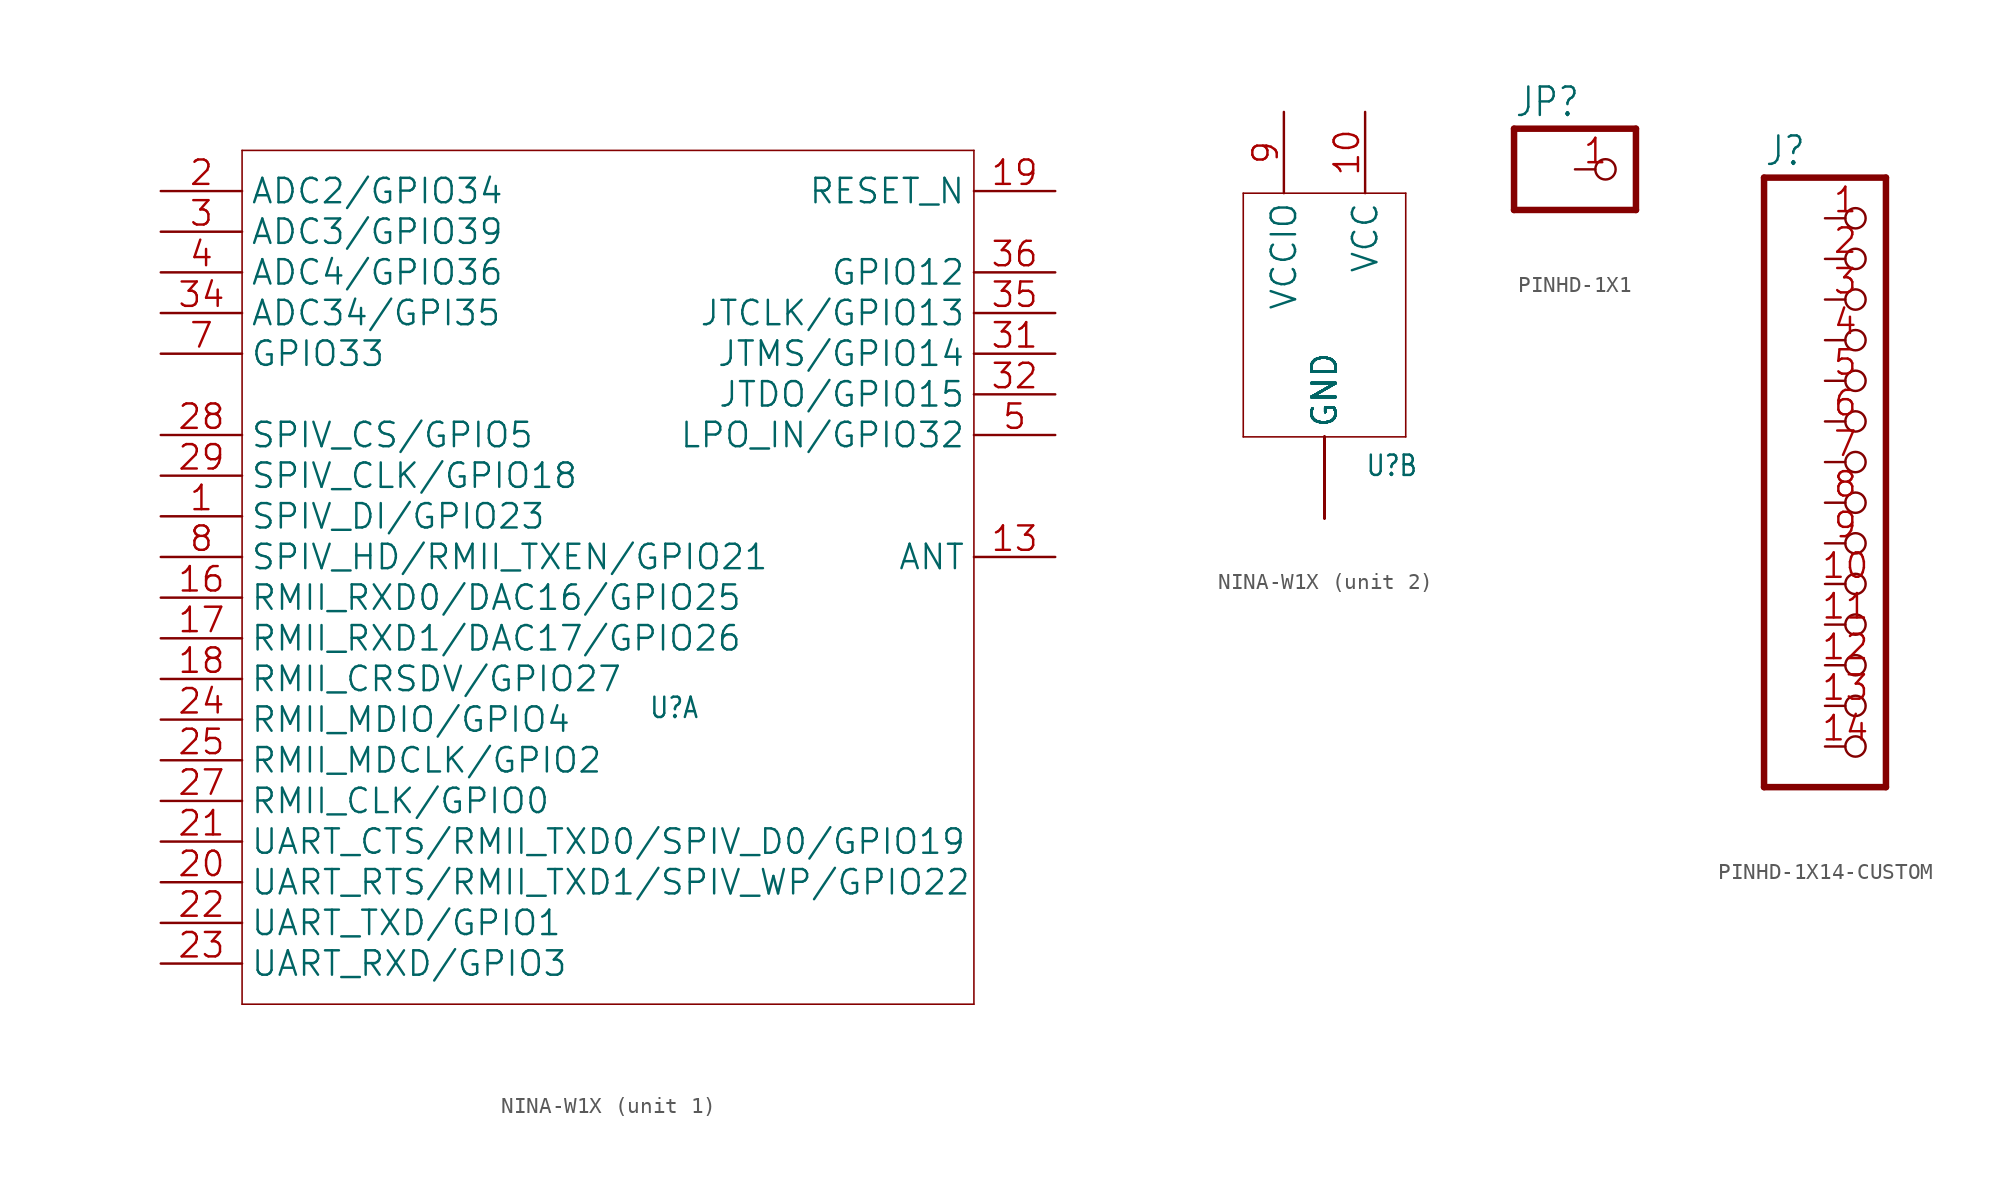
<source format=kicad_sym>
(kicad_symbol_lib
  (version 20241209)
  (generator "kicad_symbol_editor")
  (generator_version "9.0")
  (symbol "NINA-W1X"
    (property "Reference" "U"
      (at 2.54 -10.16 0)
      (effects (font (size 1.27 1.079)) (justify left bottom)))
    (property "Value" ""
      (at 2.54 -12.7 0)
      (effects (font (size 1.27 1.079)) (justify left bottom)))
    (property "ki_locked" ""
      (at 0 0 0)
      (effects (font (size 1.27 1.27))))
    (symbol "NINA-W1X_1_0"
      (polyline (pts (xy -22.86 25.4) (xy -22.86 -27.94)) (stroke (width 0.1) (type solid)) (fill (type none)))
      (polyline (pts (xy -22.86 -27.94) (xy 22.86 -27.94)) (stroke (width 0.1) (type solid)) (fill (type none)))
      (polyline (pts (xy 22.86 25.4) (xy -22.86 25.4)) (stroke (width 0.1) (type solid)) (fill (type none)))
      (polyline (pts (xy 22.86 -27.94) (xy 22.86 25.4)) (stroke (width 0.1) (type solid)) (fill (type none)))
      (pin bidirectional line (at -27.94 22.86 0) (length 5.08) (name "ADC2/GPIO34" (effects (font (size 1.524 1.524)))) (number "2" (effects (font (size 1.524 1.524)))))
      (pin bidirectional line (at -27.94 20.32 0) (length 5.08) (name "ADC3/GPIO39" (effects (font (size 1.524 1.524)))) (number "3" (effects (font (size 1.524 1.524)))))
      (pin bidirectional line (at -27.94 17.78 0) (length 5.08) (name "ADC4/GPIO36" (effects (font (size 1.524 1.524)))) (number "4" (effects (font (size 1.524 1.524)))))
      (pin bidirectional line (at -27.94 15.24 0) (length 5.08) (name "ADC34/GPI35" (effects (font (size 1.524 1.524)))) (number "34" (effects (font (size 1.524 1.524)))))
      (pin bidirectional line (at -27.94 12.7 0) (length 5.08) (name "GPIO33" (effects (font (size 1.524 1.524)))) (number "7" (effects (font (size 1.524 1.524)))))
      (pin bidirectional line (at -27.94 7.62 0) (length 5.08) (name "SPIV_CS/GPIO5" (effects (font (size 1.524 1.524)))) (number "28" (effects (font (size 1.524 1.524)))))
      (pin bidirectional line (at -27.94 5.08 0) (length 5.08) (name "SPIV_CLK/GPIO18" (effects (font (size 1.524 1.524)))) (number "29" (effects (font (size 1.524 1.524)))))
      (pin bidirectional line (at -27.94 2.54 0) (length 5.08) (name "SPIV_DI/GPIO23" (effects (font (size 1.524 1.524)))) (number "1" (effects (font (size 1.524 1.524)))))
      (pin bidirectional line (at -27.94 0 0) (length 5.08) (name "SPIV_HD/RMII_TXEN/GPIO21" (effects (font (size 1.524 1.524)))) (number "8" (effects (font (size 1.524 1.524)))))
      (pin bidirectional line (at -27.94 -2.54 0) (length 5.08) (name "RMII_RXD0/DAC16/GPIO25" (effects (font (size 1.524 1.524)))) (number "16" (effects (font (size 1.524 1.524)))))
      (pin bidirectional line (at -27.94 -5.08 0) (length 5.08) (name "RMII_RXD1/DAC17/GPIO26" (effects (font (size 1.524 1.524)))) (number "17" (effects (font (size 1.524 1.524)))))
      (pin bidirectional line (at -27.94 -7.62 0) (length 5.08) (name "RMII_CRSDV/GPIO27" (effects (font (size 1.524 1.524)))) (number "18" (effects (font (size 1.524 1.524)))))
      (pin bidirectional line (at -27.94 -10.16 0) (length 5.08) (name "RMII_MDIO/GPIO4" (effects (font (size 1.524 1.524)))) (number "24" (effects (font (size 1.524 1.524)))))
      (pin bidirectional line (at -27.94 -12.7 0) (length 5.08) (name "RMII_MDCLK/GPIO2" (effects (font (size 1.524 1.524)))) (number "25" (effects (font (size 1.524 1.524)))))
      (pin bidirectional line (at -27.94 -15.24 0) (length 5.08) (name "RMII_CLK/GPIO0" (effects (font (size 1.524 1.524)))) (number "27" (effects (font (size 1.524 1.524)))))
      (pin bidirectional line (at -27.94 -17.78 0) (length 5.08) (name "UART_CTS/RMII_TXD0/SPIV_D0/GPIO19" (effects (font (size 1.524 1.524)))) (number "21" (effects (font (size 1.524 1.524)))))
      (pin bidirectional line (at -27.94 -20.32 0) (length 5.08) (name "UART_RTS/RMII_TXD1/SPIV_WP/GPIO22" (effects (font (size 1.524 1.524)))) (number "20" (effects (font (size 1.524 1.524)))))
      (pin bidirectional line (at -27.94 -22.86 0) (length 5.08) (name "UART_TXD/GPIO1" (effects (font (size 1.524 1.524)))) (number "22" (effects (font (size 1.524 1.524)))))
      (pin bidirectional line (at -27.94 -25.4 0) (length 5.08) (name "UART_RXD/GPIO3" (effects (font (size 1.524 1.524)))) (number "23" (effects (font (size 1.524 1.524)))))
      (pin bidirectional line (at 27.94 22.86 180) (length 5.08) (name "RESET_N" (effects (font (size 1.524 1.524)))) (number "19" (effects (font (size 1.524 1.524)))))
      (pin bidirectional line (at 27.94 17.78 180) (length 5.08) (name "GPIO12" (effects (font (size 1.524 1.524)))) (number "36" (effects (font (size 1.524 1.524)))))
      (pin bidirectional line (at 27.94 15.24 180) (length 5.08) (name "JTCLK/GPIO13" (effects (font (size 1.524 1.524)))) (number "35" (effects (font (size 1.524 1.524)))))
      (pin bidirectional line (at 27.94 12.7 180) (length 5.08) (name "JTMS/GPIO14" (effects (font (size 1.524 1.524)))) (number "31" (effects (font (size 1.524 1.524)))))
      (pin bidirectional line (at 27.94 10.16 180) (length 5.08) (name "JTDO/GPIO15" (effects (font (size 1.524 1.524)))) (number "32" (effects (font (size 1.524 1.524)))))
      (pin bidirectional line (at 27.94 7.62 180) (length 5.08) (name "LPO_IN/GPIO32" (effects (font (size 1.524 1.524)))) (number "5" (effects (font (size 1.524 1.524)))))
      (pin bidirectional line (at 27.94 0 180) (length 5.08) (name "ANT" (effects (font (size 1.524 1.524)))) (number "13" (effects (font (size 1.524 1.524))))))
    (symbol "NINA-W1X_2_0"
      (polyline (pts (xy -5.08 7.62) (xy -5.08 -7.62)) (stroke (width 0.1) (type solid)) (fill (type none)))
      (polyline (pts (xy -5.08 -7.62) (xy 5.08 -7.62)) (stroke (width 0.1) (type solid)) (fill (type none)))
      (polyline (pts (xy 5.08 7.62) (xy -5.08 7.62)) (stroke (width 0.1) (type solid)) (fill (type none)))
      (polyline (pts (xy 5.08 -7.62) (xy 5.08 7.62)) (stroke (width 0.1) (type solid)) (fill (type none)))
      (pin bidirectional line (at -2.54 12.7 270) (length 5.08) (name "VCCIO" (effects (font (size 1.524 1.524)))) (number "9" (effects (font (size 1.524 1.524)))))
      (pin bidirectional line (at 0 -12.7 90) (length 5.08) (name "GND" (effects (font (size 1.524 1.524)))) (number "12" (effects (font (size 0 0)))))
      (pin bidirectional line (at 0 -12.7 90) (length 5.08) (name "GND" (effects (font (size 1.524 1.524)))) (number "14" (effects (font (size 0 0)))))
      (pin bidirectional line (at 0 -12.7 90) (length 5.08) (name "GND" (effects (font (size 1.524 1.524)))) (number "26" (effects (font (size 0 0)))))
      (pin bidirectional line (at 0 -12.7 90) (length 5.08) (name "GND" (effects (font (size 1.524 1.524)))) (number "30" (effects (font (size 0 0)))))
      (pin bidirectional line (at 0 -12.7 90) (length 5.08) (name "GND" (effects (font (size 1.524 1.524)))) (number "6" (effects (font (size 0 0)))))
      (pin bidirectional line (at 0 -12.7 90) (length 5.08) (name "GND" (effects (font (size 1.524 1.524)))) (number "GND@1" (effects (font (size 0 0)))))
      (pin bidirectional line (at 0 -12.7 90) (length 5.08) (name "GND" (effects (font (size 1.524 1.524)))) (number "GND@10" (effects (font (size 0 0)))))
      (pin bidirectional line (at 0 -12.7 90) (length 5.08) (name "GND" (effects (font (size 1.524 1.524)))) (number "GND@11" (effects (font (size 0 0)))))
      (pin bidirectional line (at 0 -12.7 90) (length 5.08) (name "GND" (effects (font (size 1.524 1.524)))) (number "GND@12" (effects (font (size 0 0)))))
      (pin bidirectional line (at 0 -12.7 90) (length 5.08) (name "GND" (effects (font (size 1.524 1.524)))) (number "GND@2" (effects (font (size 0 0)))))
      (pin bidirectional line (at 0 -12.7 90) (length 5.08) (name "GND" (effects (font (size 1.524 1.524)))) (number "GND@3" (effects (font (size 0 0)))))
      (pin bidirectional line (at 0 -12.7 90) (length 5.08) (name "GND" (effects (font (size 1.524 1.524)))) (number "GND@4" (effects (font (size 0 0)))))
      (pin bidirectional line (at 0 -12.7 90) (length 5.08) (name "GND" (effects (font (size 1.524 1.524)))) (number "GND@5" (effects (font (size 0 0)))))
      (pin bidirectional line (at 0 -12.7 90) (length 5.08) (name "GND" (effects (font (size 1.524 1.524)))) (number "GND@6" (effects (font (size 0 0)))))
      (pin bidirectional line (at 0 -12.7 90) (length 5.08) (name "GND" (effects (font (size 1.524 1.524)))) (number "GND@7" (effects (font (size 0 0)))))
      (pin bidirectional line (at 0 -12.7 90) (length 5.08) (name "GND" (effects (font (size 1.524 1.524)))) (number "GND@8" (effects (font (size 0 0)))))
      (pin bidirectional line (at 0 -12.7 90) (length 5.08) (name "GND" (effects (font (size 1.524 1.524)))) (number "GND@9" (effects (font (size 0 0)))))
      (pin bidirectional line (at 2.54 12.7 270) (length 5.08) (name "VCC" (effects (font (size 1.524 1.524)))) (number "10" (effects (font (size 1.524 1.524)))))))
  (symbol "PINHD-1X1"
    (property "Reference" "JP"
      (at -6.35 3.175 0)
      (effects (font (size 1.778 1.511)) (justify left bottom)))
    (property "Value" ""
      (at -6.35 -5.08 0)
      (effects (font (size 1.778 1.511)) (justify left bottom)))
    (property "ki_locked" ""
      (at 0 0 0)
      (effects (font (size 1.27 1.27))))
    (symbol "PINHD-1X1_1_0"
      (polyline (pts (xy -6.35 2.54) (xy -6.35 -2.54)) (stroke (width 0.406) (type solid)) (fill (type none)))
      (polyline (pts (xy -6.35 -2.54) (xy 1.27 -2.54)) (stroke (width 0.406) (type solid)) (fill (type none)))
      (polyline (pts (xy 1.27 2.54) (xy -6.35 2.54)) (stroke (width 0.406) (type solid)) (fill (type none)))
      (polyline (pts (xy 1.27 -2.54) (xy 1.27 2.54)) (stroke (width 0.406) (type solid)) (fill (type none)))
      (pin passive inverted (at -2.54 0 0) (length 2.54) (name "1" (effects (font (size 0 0)))) (number "1" (effects (font (size 1.524 1.524)))))))
  (symbol "PINHD-1X14-CUSTOM"
    (property "Reference" "J"
      (at -6.35 18.415 0)
      (effects (font (size 1.778 1.511)) (justify left bottom)))
    (property "ki_locked" ""
      (at 0 0 0)
      (effects (font (size 1.27 1.27))))
    (symbol "PINHD-1X14-CUSTOM_1_0"
      (polyline (pts (xy -6.35 17.78) (xy -6.35 -20.32)) (stroke (width 0.406) (type solid)) (fill (type none)))
      (polyline (pts (xy -6.35 -20.32) (xy 1.27 -20.32)) (stroke (width 0.406) (type solid)) (fill (type none)))
      (polyline (pts (xy 1.27 17.78) (xy -6.35 17.78)) (stroke (width 0.406) (type solid)) (fill (type none)))
      (polyline (pts (xy 1.27 -20.32) (xy 1.27 17.78)) (stroke (width 0.406) (type solid)) (fill (type none)))
      (pin passive inverted (at -2.54 15.24 0) (length 2.54) (name "1" (effects (font (size 0 0)))) (number "1" (effects (font (size 1.524 1.524)))))
      (pin passive inverted (at -2.54 12.7 0) (length 2.54) (name "2" (effects (font (size 0 0)))) (number "2" (effects (font (size 1.524 1.524)))))
      (pin passive inverted (at -2.54 10.16 0) (length 2.54) (name "3" (effects (font (size 0 0)))) (number "3" (effects (font (size 1.524 1.524)))))
      (pin passive inverted (at -2.54 7.62 0) (length 2.54) (name "4" (effects (font (size 0 0)))) (number "4" (effects (font (size 1.524 1.524)))))
      (pin passive inverted (at -2.54 5.08 0) (length 2.54) (name "5" (effects (font (size 0 0)))) (number "5" (effects (font (size 1.524 1.524)))))
      (pin passive inverted (at -2.54 2.54 0) (length 2.54) (name "6" (effects (font (size 0 0)))) (number "6" (effects (font (size 1.524 1.524)))))
      (pin passive inverted (at -2.54 0 0) (length 2.54) (name "7" (effects (font (size 0 0)))) (number "7" (effects (font (size 1.524 1.524)))))
      (pin passive inverted (at -2.54 -2.54 0) (length 2.54) (name "8" (effects (font (size 0 0)))) (number "8" (effects (font (size 1.524 1.524)))))
      (pin passive inverted (at -2.54 -5.08 0) (length 2.54) (name "9" (effects (font (size 0 0)))) (number "9" (effects (font (size 1.524 1.524)))))
      (pin passive inverted (at -2.54 -7.62 0) (length 2.54) (name "10" (effects (font (size 0 0)))) (number "10" (effects (font (size 1.524 1.524)))))
      (pin passive inverted (at -2.54 -10.16 0) (length 2.54) (name "11" (effects (font (size 0 0)))) (number "11" (effects (font (size 1.524 1.524)))))
      (pin passive inverted (at -2.54 -12.7 0) (length 2.54) (name "12" (effects (font (size 0 0)))) (number "12" (effects (font (size 1.524 1.524)))))
      (pin passive inverted (at -2.54 -15.24 0) (length 2.54) (name "13" (effects (font (size 0 0)))) (number "13" (effects (font (size 1.524 1.524)))))
      (pin passive inverted (at -2.54 -17.78 0) (length 2.54) (name "14" (effects (font (size 0 0)))) (number "14" (effects (font (size 1.524 1.524))))))))
</source>
